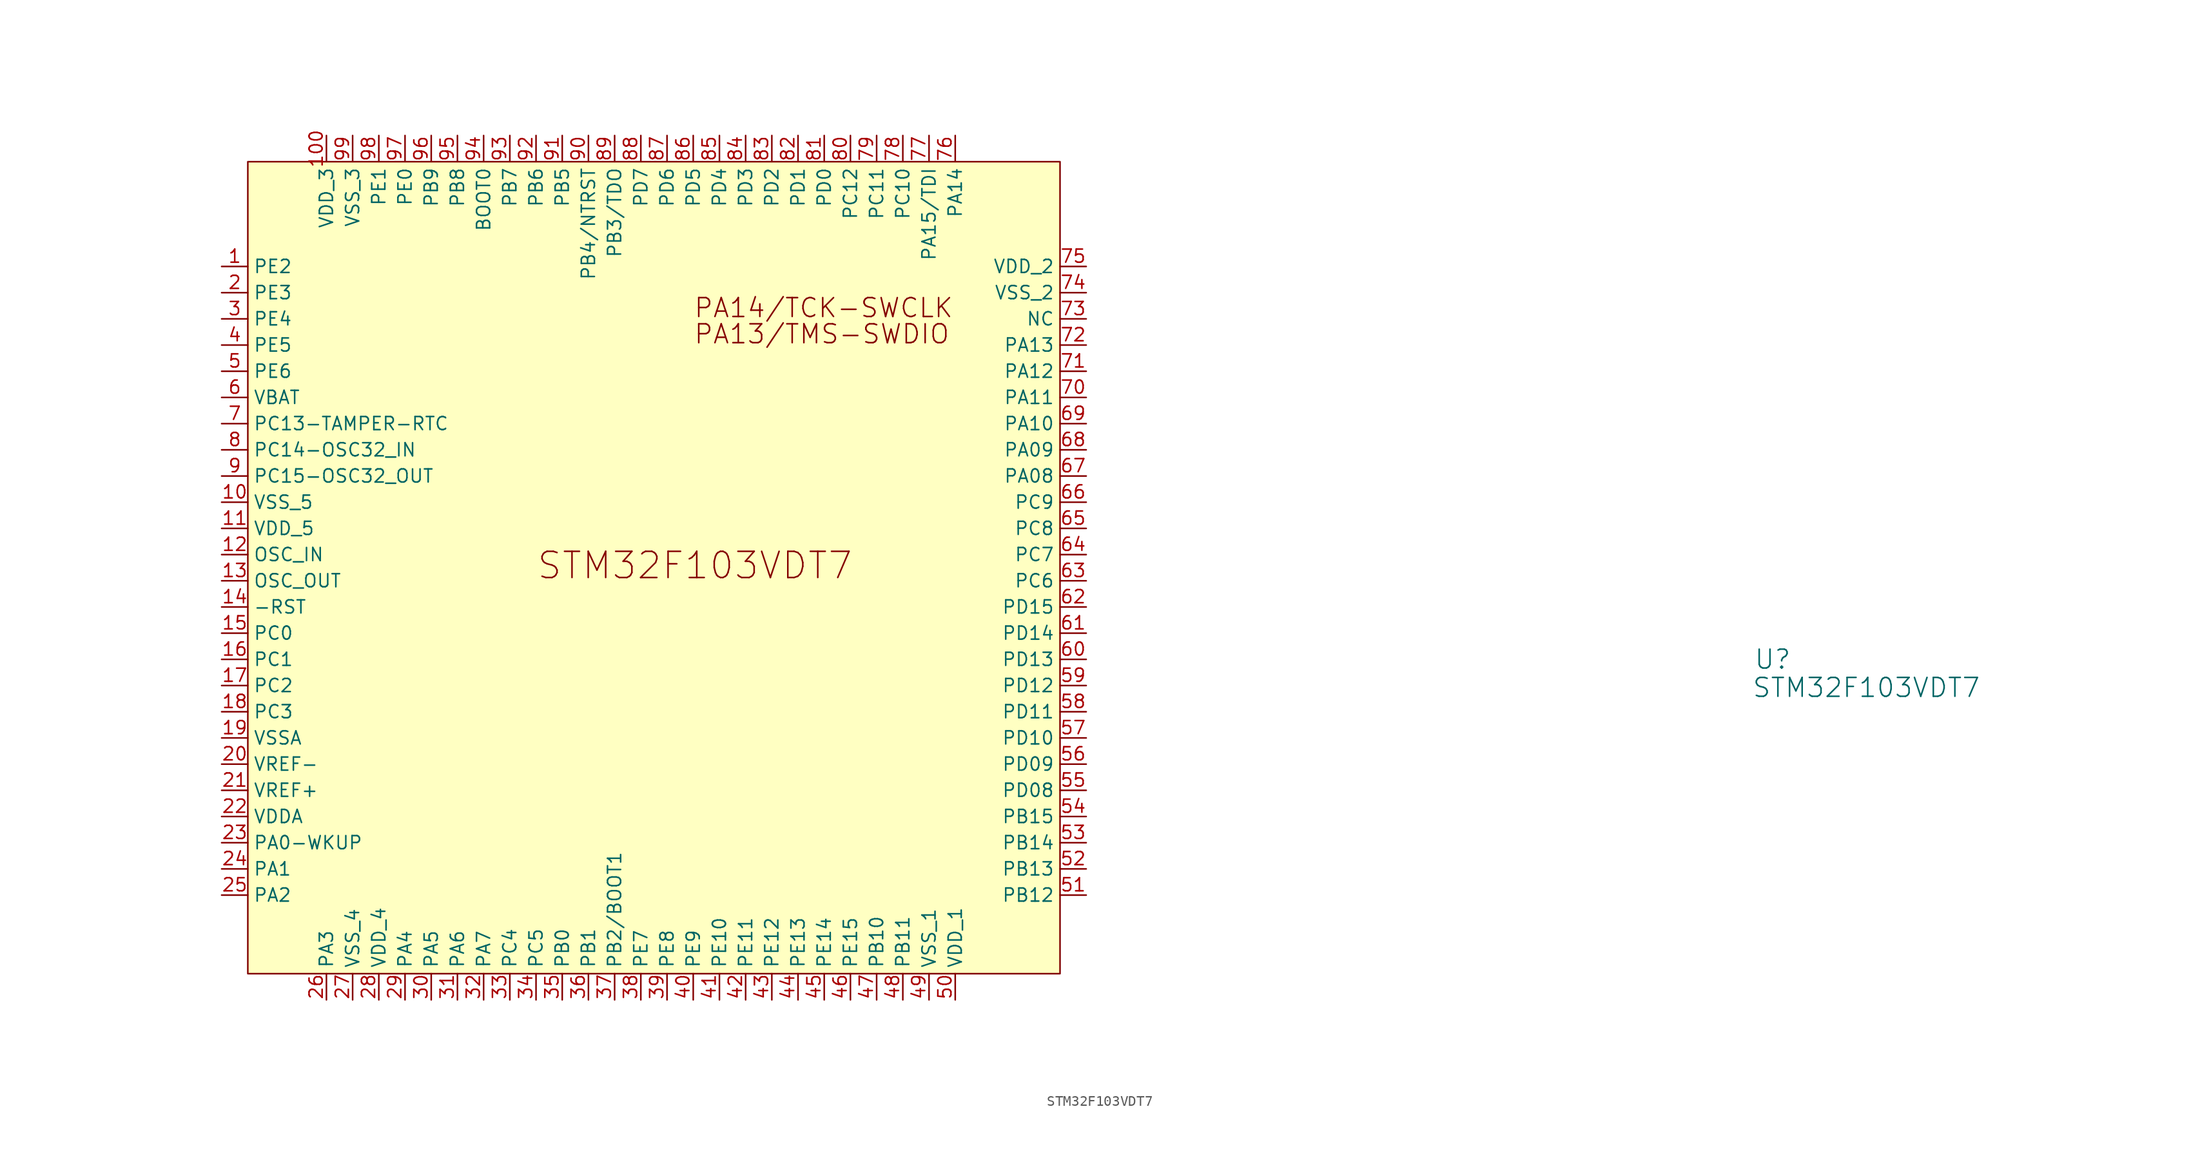
<source format=kicad_sym>
(kicad_symbol_lib
  (version 20241209)
  (generator "kicad_symbol_editor")
  (generator_version "9.0")
  (symbol "STM32F103VDT7"
    (property "Reference" "U"
      (at 109.728 -7.62 0)
      (effects (font (size 1.829 1.829))))
    (property "Value" "STM32F103VDT7"
      (at 107.696 -11.43 0)
      (effects (font (size 1.829 1.829)) (justify left bottom)))
    (symbol "STM32F103VDT7_1_0"
      (rectangle (start 40.64 40.64) (end -38.1 -38.1) (stroke (width 0) (type solid) (color 128 0 0 1)) (fill (type background)))
      (text "STM32F103VDT7" (at -10.16 0 0) (effects (font (size 2.54 2.54)) (justify left bottom)))
      (text "PA14/TCK-SWCLK" (at 5.08 25.4 0) (effects (font (size 1.829 1.829)) (justify left bottom)))
      (text "PA13/TMS-SWDIO" (at 5.08 22.86 0) (effects (font (size 1.829 1.829)) (justify left bottom)))
      (pin passive line (at -40.64 30.48 0) (length 2.54) (name "PE2" (effects (font (size 1.27 1.27)))) (number "1" (effects (font (size 1.27 1.27)))))
      (pin passive line (at -40.64 27.94 0) (length 2.54) (name "PE3" (effects (font (size 1.27 1.27)))) (number "2" (effects (font (size 1.27 1.27)))))
      (pin passive line (at -40.64 25.4 0) (length 2.54) (name "PE4" (effects (font (size 1.27 1.27)))) (number "3" (effects (font (size 1.27 1.27)))))
      (pin passive line (at -40.64 22.86 0) (length 2.54) (name "PE5" (effects (font (size 1.27 1.27)))) (number "4" (effects (font (size 1.27 1.27)))))
      (pin passive line (at -40.64 20.32 0) (length 2.54) (name "PE6" (effects (font (size 1.27 1.27)))) (number "5" (effects (font (size 1.27 1.27)))))
      (pin passive line (at -40.64 17.78 0) (length 2.54) (name "VBAT" (effects (font (size 1.27 1.27)))) (number "6" (effects (font (size 1.27 1.27)))))
      (pin passive line (at -40.64 15.24 0) (length 2.54) (name "PC13-TAMPER-RTC" (effects (font (size 1.27 1.27)))) (number "7" (effects (font (size 1.27 1.27)))))
      (pin passive line (at -40.64 12.7 0) (length 2.54) (name "PC14-OSC32_IN" (effects (font (size 1.27 1.27)))) (number "8" (effects (font (size 1.27 1.27)))))
      (pin passive line (at -40.64 10.16 0) (length 2.54) (name "PC15-OSC32_OUT" (effects (font (size 1.27 1.27)))) (number "9" (effects (font (size 1.27 1.27)))))
      (pin passive line (at -40.64 7.62 0) (length 2.54) (name "VSS_5" (effects (font (size 1.27 1.27)))) (number "10" (effects (font (size 1.27 1.27)))))
      (pin passive line (at -40.64 5.08 0) (length 2.54) (name "VDD_5" (effects (font (size 1.27 1.27)))) (number "11" (effects (font (size 1.27 1.27)))))
      (pin passive line (at -40.64 2.54 0) (length 2.54) (name "OSC_IN" (effects (font (size 1.27 1.27)))) (number "12" (effects (font (size 1.27 1.27)))))
      (pin passive line (at -40.64 0 0) (length 2.54) (name "OSC_OUT" (effects (font (size 1.27 1.27)))) (number "13" (effects (font (size 1.27 1.27)))))
      (pin passive line (at -40.64 -2.54 0) (length 2.54) (name "-RST" (effects (font (size 1.27 1.27)))) (number "14" (effects (font (size 1.27 1.27)))))
      (pin passive line (at -40.64 -5.08 0) (length 2.54) (name "PC0" (effects (font (size 1.27 1.27)))) (number "15" (effects (font (size 1.27 1.27)))))
      (pin passive line (at -40.64 -7.62 0) (length 2.54) (name "PC1" (effects (font (size 1.27 1.27)))) (number "16" (effects (font (size 1.27 1.27)))))
      (pin passive line (at -40.64 -10.16 0) (length 2.54) (name "PC2" (effects (font (size 1.27 1.27)))) (number "17" (effects (font (size 1.27 1.27)))))
      (pin passive line (at -40.64 -12.7 0) (length 2.54) (name "PC3" (effects (font (size 1.27 1.27)))) (number "18" (effects (font (size 1.27 1.27)))))
      (pin passive line (at -40.64 -15.24 0) (length 2.54) (name "VSSA" (effects (font (size 1.27 1.27)))) (number "19" (effects (font (size 1.27 1.27)))))
      (pin passive line (at -40.64 -17.78 0) (length 2.54) (name "VREF-" (effects (font (size 1.27 1.27)))) (number "20" (effects (font (size 1.27 1.27)))))
      (pin passive line (at -40.64 -20.32 0) (length 2.54) (name "VREF+" (effects (font (size 1.27 1.27)))) (number "21" (effects (font (size 1.27 1.27)))))
      (pin passive line (at -40.64 -22.86 0) (length 2.54) (name "VDDA" (effects (font (size 1.27 1.27)))) (number "22" (effects (font (size 1.27 1.27)))))
      (pin passive line (at -40.64 -25.4 0) (length 2.54) (name "PA0-WKUP" (effects (font (size 1.27 1.27)))) (number "23" (effects (font (size 1.27 1.27)))))
      (pin passive line (at -40.64 -27.94 0) (length 2.54) (name "PA1" (effects (font (size 1.27 1.27)))) (number "24" (effects (font (size 1.27 1.27)))))
      (pin passive line (at -40.64 -30.48 0) (length 2.54) (name "PA2" (effects (font (size 1.27 1.27)))) (number "25" (effects (font (size 1.27 1.27)))))
      (pin passive line (at -30.48 43.18 270) (length 2.54) (name "VDD_3" (effects (font (size 1.27 1.27)))) (number "100" (effects (font (size 1.27 1.27)))))
      (pin passive line (at -30.48 -40.64 90) (length 2.54) (name "PA3" (effects (font (size 1.27 1.27)))) (number "26" (effects (font (size 1.27 1.27)))))
      (pin passive line (at -27.94 43.18 270) (length 2.54) (name "VSS_3" (effects (font (size 1.27 1.27)))) (number "99" (effects (font (size 1.27 1.27)))))
      (pin passive line (at -27.94 -40.64 90) (length 2.54) (name "VSS_4" (effects (font (size 1.27 1.27)))) (number "27" (effects (font (size 1.27 1.27)))))
      (pin passive line (at -25.4 43.18 270) (length 2.54) (name "PE1" (effects (font (size 1.27 1.27)))) (number "98" (effects (font (size 1.27 1.27)))))
      (pin passive line (at -25.4 -40.64 90) (length 2.54) (name "VDD_4" (effects (font (size 1.27 1.27)))) (number "28" (effects (font (size 1.27 1.27)))))
      (pin passive line (at -22.86 43.18 270) (length 2.54) (name "PE0" (effects (font (size 1.27 1.27)))) (number "97" (effects (font (size 1.27 1.27)))))
      (pin passive line (at -22.86 -40.64 90) (length 2.54) (name "PA4" (effects (font (size 1.27 1.27)))) (number "29" (effects (font (size 1.27 1.27)))))
      (pin passive line (at -20.32 43.18 270) (length 2.54) (name "PB9" (effects (font (size 1.27 1.27)))) (number "96" (effects (font (size 1.27 1.27)))))
      (pin passive line (at -20.32 -40.64 90) (length 2.54) (name "PA5" (effects (font (size 1.27 1.27)))) (number "30" (effects (font (size 1.27 1.27)))))
      (pin passive line (at -17.78 43.18 270) (length 2.54) (name "PB8" (effects (font (size 1.27 1.27)))) (number "95" (effects (font (size 1.27 1.27)))))
      (pin passive line (at -17.78 -40.64 90) (length 2.54) (name "PA6" (effects (font (size 1.27 1.27)))) (number "31" (effects (font (size 1.27 1.27)))))
      (pin passive line (at -15.24 43.18 270) (length 2.54) (name "BOOT0" (effects (font (size 1.27 1.27)))) (number "94" (effects (font (size 1.27 1.27)))))
      (pin passive line (at -15.24 -40.64 90) (length 2.54) (name "PA7" (effects (font (size 1.27 1.27)))) (number "32" (effects (font (size 1.27 1.27)))))
      (pin passive line (at -12.7 43.18 270) (length 2.54) (name "PB7" (effects (font (size 1.27 1.27)))) (number "93" (effects (font (size 1.27 1.27)))))
      (pin passive line (at -12.7 -40.64 90) (length 2.54) (name "PC4" (effects (font (size 1.27 1.27)))) (number "33" (effects (font (size 1.27 1.27)))))
      (pin passive line (at -10.16 43.18 270) (length 2.54) (name "PB6" (effects (font (size 1.27 1.27)))) (number "92" (effects (font (size 1.27 1.27)))))
      (pin passive line (at -10.16 -40.64 90) (length 2.54) (name "PC5" (effects (font (size 1.27 1.27)))) (number "34" (effects (font (size 1.27 1.27)))))
      (pin passive line (at -7.62 43.18 270) (length 2.54) (name "PB5" (effects (font (size 1.27 1.27)))) (number "91" (effects (font (size 1.27 1.27)))))
      (pin passive line (at -7.62 -40.64 90) (length 2.54) (name "PB0" (effects (font (size 1.27 1.27)))) (number "35" (effects (font (size 1.27 1.27)))))
      (pin passive line (at -5.08 43.18 270) (length 2.54) (name "PB4/NTRST" (effects (font (size 1.27 1.27)))) (number "90" (effects (font (size 1.27 1.27)))))
      (pin passive line (at -5.08 -40.64 90) (length 2.54) (name "PB1" (effects (font (size 1.27 1.27)))) (number "36" (effects (font (size 1.27 1.27)))))
      (pin passive line (at -2.54 43.18 270) (length 2.54) (name "PB3/TDO" (effects (font (size 1.27 1.27)))) (number "89" (effects (font (size 1.27 1.27)))))
      (pin passive line (at -2.54 -40.64 90) (length 2.54) (name "PB2/BOOT1" (effects (font (size 1.27 1.27)))) (number "37" (effects (font (size 1.27 1.27)))))
      (pin passive line (at 0 43.18 270) (length 2.54) (name "PD7" (effects (font (size 1.27 1.27)))) (number "88" (effects (font (size 1.27 1.27)))))
      (pin passive line (at 0 -40.64 90) (length 2.54) (name "PE7" (effects (font (size 1.27 1.27)))) (number "38" (effects (font (size 1.27 1.27)))))
      (pin passive line (at 2.54 43.18 270) (length 2.54) (name "PD6" (effects (font (size 1.27 1.27)))) (number "87" (effects (font (size 1.27 1.27)))))
      (pin passive line (at 2.54 -40.64 90) (length 2.54) (name "PE8" (effects (font (size 1.27 1.27)))) (number "39" (effects (font (size 1.27 1.27)))))
      (pin passive line (at 5.08 43.18 270) (length 2.54) (name "PD5" (effects (font (size 1.27 1.27)))) (number "86" (effects (font (size 1.27 1.27)))))
      (pin passive line (at 5.08 -40.64 90) (length 2.54) (name "PE9" (effects (font (size 1.27 1.27)))) (number "40" (effects (font (size 1.27 1.27)))))
      (pin passive line (at 7.62 43.18 270) (length 2.54) (name "PD4" (effects (font (size 1.27 1.27)))) (number "85" (effects (font (size 1.27 1.27)))))
      (pin passive line (at 7.62 -40.64 90) (length 2.54) (name "PE10" (effects (font (size 1.27 1.27)))) (number "41" (effects (font (size 1.27 1.27)))))
      (pin passive line (at 10.16 43.18 270) (length 2.54) (name "PD3" (effects (font (size 1.27 1.27)))) (number "84" (effects (font (size 1.27 1.27)))))
      (pin passive line (at 10.16 -40.64 90) (length 2.54) (name "PE11" (effects (font (size 1.27 1.27)))) (number "42" (effects (font (size 1.27 1.27)))))
      (pin passive line (at 12.7 43.18 270) (length 2.54) (name "PD2" (effects (font (size 1.27 1.27)))) (number "83" (effects (font (size 1.27 1.27)))))
      (pin passive line (at 12.7 -40.64 90) (length 2.54) (name "PE12" (effects (font (size 1.27 1.27)))) (number "43" (effects (font (size 1.27 1.27)))))
      (pin passive line (at 15.24 43.18 270) (length 2.54) (name "PD1" (effects (font (size 1.27 1.27)))) (number "82" (effects (font (size 1.27 1.27)))))
      (pin passive line (at 15.24 -40.64 90) (length 2.54) (name "PE13" (effects (font (size 1.27 1.27)))) (number "44" (effects (font (size 1.27 1.27)))))
      (pin passive line (at 17.78 43.18 270) (length 2.54) (name "PD0" (effects (font (size 1.27 1.27)))) (number "81" (effects (font (size 1.27 1.27)))))
      (pin passive line (at 17.78 -40.64 90) (length 2.54) (name "PE14" (effects (font (size 1.27 1.27)))) (number "45" (effects (font (size 1.27 1.27)))))
      (pin passive line (at 20.32 43.18 270) (length 2.54) (name "PC12" (effects (font (size 1.27 1.27)))) (number "80" (effects (font (size 1.27 1.27)))))
      (pin passive line (at 20.32 -40.64 90) (length 2.54) (name "PE15" (effects (font (size 1.27 1.27)))) (number "46" (effects (font (size 1.27 1.27)))))
      (pin passive line (at 22.86 43.18 270) (length 2.54) (name "PC11" (effects (font (size 1.27 1.27)))) (number "79" (effects (font (size 1.27 1.27)))))
      (pin passive line (at 22.86 -40.64 90) (length 2.54) (name "PB10" (effects (font (size 1.27 1.27)))) (number "47" (effects (font (size 1.27 1.27)))))
      (pin passive line (at 25.4 43.18 270) (length 2.54) (name "PC10" (effects (font (size 1.27 1.27)))) (number "78" (effects (font (size 1.27 1.27)))))
      (pin passive line (at 25.4 -40.64 90) (length 2.54) (name "PB11" (effects (font (size 1.27 1.27)))) (number "48" (effects (font (size 1.27 1.27)))))
      (pin passive line (at 27.94 43.18 270) (length 2.54) (name "PA15/TDI" (effects (font (size 1.27 1.27)))) (number "77" (effects (font (size 1.27 1.27)))))
      (pin passive line (at 27.94 -40.64 90) (length 2.54) (name "VSS_1" (effects (font (size 1.27 1.27)))) (number "49" (effects (font (size 1.27 1.27)))))
      (pin passive line (at 30.48 43.18 270) (length 2.54) (name "PA14" (effects (font (size 1.27 1.27)))) (number "76" (effects (font (size 1.27 1.27)))))
      (pin passive line (at 30.48 -40.64 90) (length 2.54) (name "VDD_1" (effects (font (size 1.27 1.27)))) (number "50" (effects (font (size 1.27 1.27)))))
      (pin passive line (at 43.18 30.48 180) (length 2.54) (name "VDD_2" (effects (font (size 1.27 1.27)))) (number "75" (effects (font (size 1.27 1.27)))))
      (pin passive line (at 43.18 27.94 180) (length 2.54) (name "VSS_2" (effects (font (size 1.27 1.27)))) (number "74" (effects (font (size 1.27 1.27)))))
      (pin passive line (at 43.18 25.4 180) (length 2.54) (name "NC" (effects (font (size 1.27 1.27)))) (number "73" (effects (font (size 1.27 1.27)))))
      (pin passive line (at 43.18 22.86 180) (length 2.54) (name "PA13" (effects (font (size 1.27 1.27)))) (number "72" (effects (font (size 1.27 1.27)))))
      (pin passive line (at 43.18 20.32 180) (length 2.54) (name "PA12" (effects (font (size 1.27 1.27)))) (number "71" (effects (font (size 1.27 1.27)))))
      (pin passive line (at 43.18 17.78 180) (length 2.54) (name "PA11" (effects (font (size 1.27 1.27)))) (number "70" (effects (font (size 1.27 1.27)))))
      (pin passive line (at 43.18 15.24 180) (length 2.54) (name "PA10" (effects (font (size 1.27 1.27)))) (number "69" (effects (font (size 1.27 1.27)))))
      (pin passive line (at 43.18 12.7 180) (length 2.54) (name "PA09" (effects (font (size 1.27 1.27)))) (number "68" (effects (font (size 1.27 1.27)))))
      (pin passive line (at 43.18 10.16 180) (length 2.54) (name "PA08" (effects (font (size 1.27 1.27)))) (number "67" (effects (font (size 1.27 1.27)))))
      (pin passive line (at 43.18 7.62 180) (length 2.54) (name "PC9" (effects (font (size 1.27 1.27)))) (number "66" (effects (font (size 1.27 1.27)))))
      (pin passive line (at 43.18 5.08 180) (length 2.54) (name "PC8" (effects (font (size 1.27 1.27)))) (number "65" (effects (font (size 1.27 1.27)))))
      (pin passive line (at 43.18 2.54 180) (length 2.54) (name "PC7" (effects (font (size 1.27 1.27)))) (number "64" (effects (font (size 1.27 1.27)))))
      (pin passive line (at 43.18 0 180) (length 2.54) (name "PC6" (effects (font (size 1.27 1.27)))) (number "63" (effects (font (size 1.27 1.27)))))
      (pin passive line (at 43.18 -2.54 180) (length 2.54) (name "PD15" (effects (font (size 1.27 1.27)))) (number "62" (effects (font (size 1.27 1.27)))))
      (pin passive line (at 43.18 -5.08 180) (length 2.54) (name "PD14" (effects (font (size 1.27 1.27)))) (number "61" (effects (font (size 1.27 1.27)))))
      (pin passive line (at 43.18 -7.62 180) (length 2.54) (name "PD13" (effects (font (size 1.27 1.27)))) (number "60" (effects (font (size 1.27 1.27)))))
      (pin passive line (at 43.18 -10.16 180) (length 2.54) (name "PD12" (effects (font (size 1.27 1.27)))) (number "59" (effects (font (size 1.27 1.27)))))
      (pin passive line (at 43.18 -12.7 180) (length 2.54) (name "PD11" (effects (font (size 1.27 1.27)))) (number "58" (effects (font (size 1.27 1.27)))))
      (pin passive line (at 43.18 -15.24 180) (length 2.54) (name "PD10" (effects (font (size 1.27 1.27)))) (number "57" (effects (font (size 1.27 1.27)))))
      (pin passive line (at 43.18 -17.78 180) (length 2.54) (name "PD09" (effects (font (size 1.27 1.27)))) (number "56" (effects (font (size 1.27 1.27)))))
      (pin passive line (at 43.18 -20.32 180) (length 2.54) (name "PD08" (effects (font (size 1.27 1.27)))) (number "55" (effects (font (size 1.27 1.27)))))
      (pin passive line (at 43.18 -22.86 180) (length 2.54) (name "PB15" (effects (font (size 1.27 1.27)))) (number "54" (effects (font (size 1.27 1.27)))))
      (pin passive line (at 43.18 -25.4 180) (length 2.54) (name "PB14" (effects (font (size 1.27 1.27)))) (number "53" (effects (font (size 1.27 1.27)))))
      (pin passive line (at 43.18 -27.94 180) (length 2.54) (name "PB13" (effects (font (size 1.27 1.27)))) (number "52" (effects (font (size 1.27 1.27)))))
      (pin passive line (at 43.18 -30.48 180) (length 2.54) (name "PB12" (effects (font (size 1.27 1.27)))) (number "51" (effects (font (size 1.27 1.27))))))))
</source>
